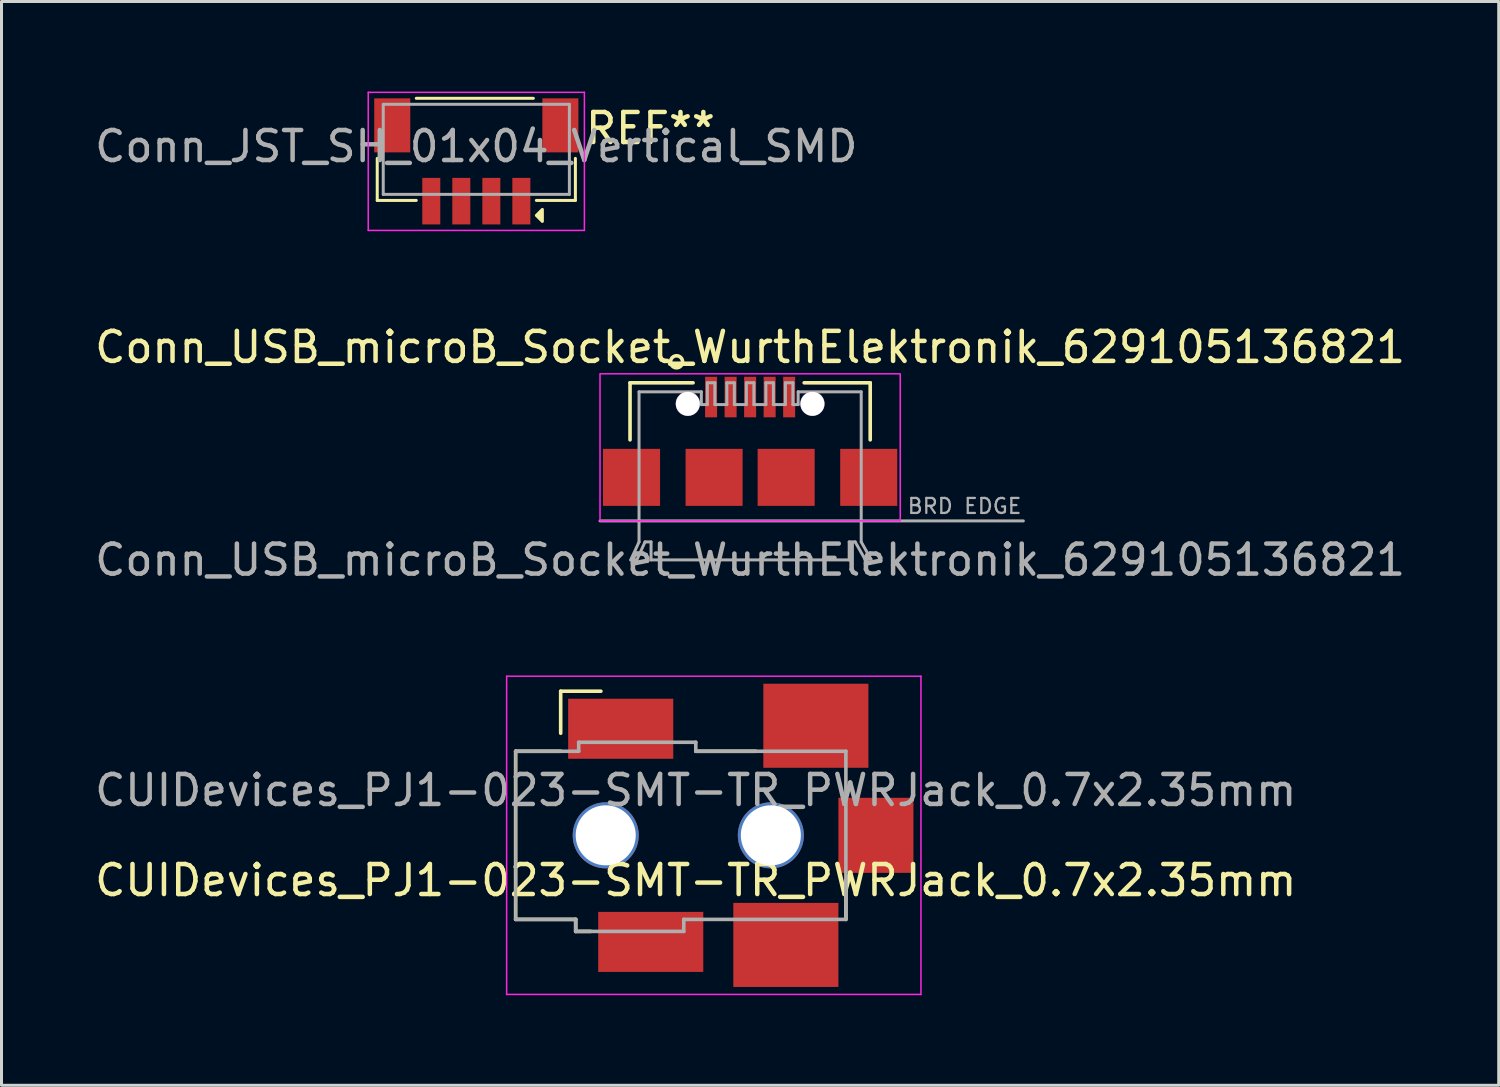
<source format=kicad_pcb>
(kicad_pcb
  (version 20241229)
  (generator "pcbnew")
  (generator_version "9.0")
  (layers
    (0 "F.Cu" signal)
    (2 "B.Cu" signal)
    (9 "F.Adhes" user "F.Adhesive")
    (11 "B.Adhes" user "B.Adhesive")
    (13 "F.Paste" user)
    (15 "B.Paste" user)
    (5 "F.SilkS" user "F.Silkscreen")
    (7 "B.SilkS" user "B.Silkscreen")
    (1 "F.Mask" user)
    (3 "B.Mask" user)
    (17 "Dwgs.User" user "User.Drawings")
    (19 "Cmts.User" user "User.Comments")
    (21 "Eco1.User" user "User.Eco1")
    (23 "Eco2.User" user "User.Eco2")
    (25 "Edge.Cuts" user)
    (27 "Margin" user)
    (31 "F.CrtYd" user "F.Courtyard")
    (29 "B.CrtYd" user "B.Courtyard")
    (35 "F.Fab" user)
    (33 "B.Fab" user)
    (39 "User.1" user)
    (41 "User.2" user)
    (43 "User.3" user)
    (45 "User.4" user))
  (footprint "CUIDevices_PJ1-023-SMT-TR_PWRJack_0.7x2.35mm"
    (layer "F.Cu")
    (at 14.125 24.773)
    (property "Reference" "CUIDevices_PJ1-023-SMT-TR_PWRJack_0.7x2.35mm" (at 6 1.5 180) (layer "F.SilkS") (effects (font (size 1 1) (thickness 0.15))))
    (attr smd)
    (fp_line (start 0 -2.8) (end 1.5 -2.8) (stroke (width 0.12) (type solid)) (layer "F.SilkS"))
    (fp_line (start 0 2.8) (end 0 -2.8) (stroke (width 0.12) (type solid)) (layer "F.SilkS"))
    (fp_line (start 0 2.8) (end 2 2.8) (stroke (width 0.12) (type solid)) (layer "F.SilkS"))
    (fp_line (start 1.5 -4.8) (end 1.5 -3.4) (stroke (width 0.12) (type solid)) (layer "F.SilkS"))
    (fp_line (start 2 3.2) (end 2 2.8) (stroke (width 0.12) (type solid)) (layer "F.SilkS"))
    (fp_line (start 2 3.2) (end 2.5 3.2) (stroke (width 0.12) (type solid)) (layer "F.SilkS"))
    (fp_line (start 2.84 -4.8) (end 1.5 -4.8) (stroke (width 0.12) (type solid)) (layer "F.SilkS"))
    (fp_line (start 6 -2.8) (end 8 -2.8) (stroke (width 0.12) (type solid)) (layer "F.SilkS"))
    (fp_line (start 11 1.5) (end 11 2.8) (stroke (width 0.12) (type solid)) (layer "F.SilkS"))
    (fp_line (start -0.3 -5.3) (end 13.5 -5.3) (stroke (width 0.05) (type solid)) (layer "F.CrtYd"))
    (fp_line (start -0.3 5.3) (end -0.3 -5.3) (stroke (width 0.05) (type solid)) (layer "F.CrtYd"))
    (fp_line (start -0.3 5.3) (end 13.5 5.3) (stroke (width 0.05) (type solid)) (layer "F.CrtYd"))
    (fp_line (start 13.5 5.3) (end 13.5 -5.3) (stroke (width 0.05) (type solid)) (layer "F.CrtYd"))
    (fp_line (start 0 -2.8) (end 2.1 -2.8) (stroke (width 0.12) (type solid)) (layer "F.Fab"))
    (fp_line (start 0 2.8) (end 0 -2.8) (stroke (width 0.1) (type solid)) (layer "F.Fab"))
    (fp_line (start 2 2.8) (end 0 2.8) (stroke (width 0.12) (type solid)) (layer "F.Fab"))
    (fp_line (start 2 3.2) (end 2 2.8) (stroke (width 0.12) (type solid)) (layer "F.Fab"))
    (fp_line (start 2.1 -3.1) (end 6 -3.1) (stroke (width 0.12) (type solid)) (layer "F.Fab"))
    (fp_line (start 2.1 -2.8) (end 2.1 -3.1) (stroke (width 0.12) (type solid)) (layer "F.Fab"))
    (fp_line (start 5.6 2.8) (end 5.6 3.2) (stroke (width 0.12) (type solid)) (layer "F.Fab"))
    (fp_line (start 5.6 3.2) (end 2 3.2) (stroke (width 0.12) (type solid)) (layer "F.Fab"))
    (fp_line (start 6 -3.1) (end 6 -2.8) (stroke (width 0.12) (type solid)) (layer "F.Fab"))
    (fp_line (start 6 -2.8) (end 11 -2.8) (stroke (width 0.12) (type solid)) (layer "F.Fab"))
    (fp_line (start 11 -2.8) (end 11 2.8) (stroke (width 0.12) (type solid)) (layer "F.Fab"))
    (fp_line (start 11 2.8) (end 5.6 2.8) (stroke (width 0.12) (type solid)) (layer "F.Fab"))
    (fp_text user "${REFERENCE}" (at 6 -1.5 180) (layer "F.Fab") (effects (font (size 1 1) (thickness 0.15))))
    (pad "" thru_hole circle (at 3 0 90) (size 2.2 2.2) (drill 2) (layers "*.Cu" "*.Mask"))
    (pad "" thru_hole circle (at 8.5 0 90) (size 2.2 2.2) (drill 2) (layers "*.Cu" "*.Mask"))
    (pad "1" smd rect (at 12 0) (size 2.5 2.5) (layers "F.Cu" "F.Mask" "F.Paste"))
    (pad "2" smd rect (at 4.5 3.55) (size 3.5 2) (layers "F.Cu" "F.Mask" "F.Paste"))
    (pad "2" smd rect (at 9 3.65) (size 3.5 2.8) (layers "F.Cu" "F.Mask" "F.Paste"))
    (pad "3" smd rect (at 3.5 -3.55) (size 3.5 2) (layers "F.Cu" "F.Mask" "F.Paste"))
    (pad "3" smd rect (at 10 -3.65) (size 3.5 2.8) (layers "F.Cu" "F.Mask" "F.Paste")))
  (footprint "Conn_JST_SH_01x04_Vertical_SMD"
    (layer "F.Cu")
    (at 12.815 2.325)
    (property "Reference" "Conn_JST_SH_01x04_Vertical_SMD" (at 0 -0.5 0) (layer "F.Fab") (effects (font (size 1 1) (thickness 0.15))))
    (attr smd)
    (fp_line (start -3.3 1.3) (end -3.3 -0.1) (stroke (width 0.1) (type solid)) (layer "F.SilkS"))
    (fp_line (start -2 -2.1) (end 1.9 -2.1) (stroke (width 0.1) (type default)) (layer "F.SilkS"))
    (fp_line (start -2 1.3) (end -3.3 1.3) (stroke (width 0.1) (type solid)) (layer "F.SilkS"))
    (fp_line (start 2 1.3) (end 3.3 1.3) (stroke (width 0.1) (type solid)) (layer "F.SilkS"))
    (fp_line (start 3.3 1.3) (end 3.3 -0.1) (stroke (width 0.1) (type solid)) (layer "F.SilkS"))
    (fp_poly (pts (xy 2 1.8) (xy 2.2 1.6) (xy 2.2 2)) (stroke (width 0.1) (type solid)) (fill yes) (layer "F.SilkS"))
    (fp_line (start -3.6 -2.3) (end 3.6 -2.3) (stroke (width 0.05) (type solid)) (layer "F.CrtYd"))
    (fp_line (start -3.6 2.3) (end -3.6 -2.3) (stroke (width 0.05) (type solid)) (layer "F.CrtYd"))
    (fp_line (start 3.6 -2.3) (end 3.6 2.3) (stroke (width 0.05) (type solid)) (layer "F.CrtYd"))
    (fp_line (start 3.6 2.3) (end -3.6 2.3) (stroke (width 0.05) (type solid)) (layer "F.CrtYd"))
    (fp_line (start -3.1 -1.9) (end 3.1 -1.9) (stroke (width 0.1) (type solid)) (layer "F.Fab"))
    (fp_line (start -3.1 1.1) (end -3.1 -1.9) (stroke (width 0.1) (type solid)) (layer "F.Fab"))
    (fp_line (start 3.1 -1.9) (end 3.1 1.1) (stroke (width 0.1) (type solid)) (layer "F.Fab"))
    (fp_line (start 3.1 1.1) (end -3.1 1.1) (stroke (width 0.1) (type solid)) (layer "F.Fab"))
    (fp_text user "REF**" (at 5.8 -1.1 0) (unlocked yes) (layer "F.SilkS") (effects (font (size 1 1) (thickness 0.15))))
    (pad "" smd rect (at -2.8 -1.2) (size 1.2 1.8) (layers "F.Cu" "F.Mask" "F.Paste"))
    (pad "" smd rect (at 2.8 -1.2) (size 1.2 1.8) (layers "F.Cu" "F.Mask" "F.Paste"))
    (pad "1" smd rect (at 1.5 1.325) (size 0.6 1.55) (layers "F.Cu" "F.Mask" "F.Paste"))
    (pad "2" smd rect (at 0.5 1.325) (size 0.6 1.55) (layers "F.Cu" "F.Mask" "F.Paste"))
    (pad "3" smd rect (at -0.5 1.325) (size 0.6 1.55) (layers "F.Cu" "F.Mask" "F.Paste"))
    (pad "4" smd rect (at -1.5 1.325) (size 0.6 1.55) (layers "F.Cu" "F.Mask" "F.Paste")))
  (footprint "Conn_USB_microB_Socket_WurthElektronik_629105136821"
    (layer "F.Cu")
    (at 21.935 15.6)
    (property "Reference" "Conn_USB_microB_Socket_WurthElektronik_629105136821" (at 0 -6.5 0) (unlocked yes) (layer "F.SilkS") (effects (font (size 1 1) (thickness 0.15)) (justify bottom)))
    (attr smd)
    (fp_line (start -4 -5.9) (end -1.9 -5.9) (stroke (width 0.12) (type default)) (layer "F.SilkS"))
    (fp_line (start -4 -4) (end -4 -5.9) (stroke (width 0.12) (type default)) (layer "F.SilkS"))
    (fp_line (start 1.8 -5.9) (end 4 -5.9) (stroke (width 0.12) (type default)) (layer "F.SilkS"))
    (fp_line (start 4 -5.9) (end 4 -4) (stroke (width 0.12) (type default)) (layer "F.SilkS"))
    (fp_circle (center -2.45 -6.6) (end -2.65 -6.6) (stroke (width 0.12) (type default)) (fill no) (layer "F.SilkS"))
    (fp_rect (start -5 -1.3) (end 5 -6.2) (stroke (width 0.05) (type default)) (fill no) (layer "F.CrtYd"))
    (fp_line (start -5 -1.3) (end 9.1 -1.3) (stroke (width 0.1) (type default)) (layer "F.Fab"))
    (fp_line (start -3.975 0) (end -3.775 0) (stroke (width 0.1) (type default)) (layer "F.Fab"))
    (fp_line (start -3.775 0) (end -3.5 -0.6) (stroke (width 0.1) (type default)) (layer "F.Fab"))
    (fp_line (start -3.7 -5.6) (end -1.625 -5.6) (stroke (width 0.1) (type default)) (layer "F.Fab"))
    (fp_line (start -3.7 -0.6) (end -3.975 0) (stroke (width 0.1) (type default)) (layer "F.Fab"))
    (fp_line (start -3.7 -0.6) (end -3.7 -5.6) (stroke (width 0.1) (type default)) (layer "F.Fab"))
    (fp_line (start -3.5 -0.6) (end -3.3 -0.6) (stroke (width 0.1) (type default)) (layer "F.Fab"))
    (fp_line (start -3.3 -0.6) (end -3.3 0) (stroke (width 0.1) (type default)) (layer "F.Fab"))
    (fp_line (start -3.3 0) (end 3.3 0) (stroke (width 0.1) (type default)) (layer "F.Fab"))
    (fp_line (start -1.625 -5.6) (end -1.625 -5.175) (stroke (width 0.1) (type default)) (layer "F.Fab"))
    (fp_line (start -1.625 -5.175) (end -1.425 -5.175) (stroke (width 0.1) (type default)) (layer "F.Fab"))
    (fp_line (start -1.425 -5.9) (end -1.175 -5.9) (stroke (width 0.1) (type default)) (layer "F.Fab"))
    (fp_line (start -1.425 -5.175) (end -1.425 -5.9) (stroke (width 0.1) (type default)) (layer "F.Fab"))
    (fp_line (start -1.175 -5.9) (end -1.175 -5.175) (stroke (width 0.1) (type default)) (layer "F.Fab"))
    (fp_line (start -1.175 -5.175) (end -0.775 -5.175) (stroke (width 0.1) (type default)) (layer "F.Fab"))
    (fp_line (start -0.775 -5.9) (end -0.525 -5.9) (stroke (width 0.1) (type default)) (layer "F.Fab"))
    (fp_line (start -0.775 -5.175) (end -0.775 -5.9) (stroke (width 0.1) (type default)) (layer "F.Fab"))
    (fp_line (start -0.525 -5.9) (end -0.525 -5.175) (stroke (width 0.1) (type default)) (layer "F.Fab"))
    (fp_line (start -0.525 -5.175) (end -0.125 -5.175) (stroke (width 0.1) (type default)) (layer "F.Fab"))
    (fp_line (start -0.125 -5.9) (end 0.125 -5.9) (stroke (width 0.1) (type default)) (layer "F.Fab"))
    (fp_line (start -0.125 -5.175) (end -0.125 -5.9) (stroke (width 0.1) (type default)) (layer "F.Fab"))
    (fp_line (start 0.125 -5.9) (end 0.125 -5.175) (stroke (width 0.1) (type default)) (layer "F.Fab"))
    (fp_line (start 0.125 -5.175) (end 0.525 -5.175) (stroke (width 0.1) (type default)) (layer "F.Fab"))
    (fp_line (start 0.525 -5.9) (end 0.775 -5.9) (stroke (width 0.1) (type default)) (layer "F.Fab"))
    (fp_line (start 0.525 -5.175) (end 0.525 -5.9) (stroke (width 0.1) (type default)) (layer "F.Fab"))
    (fp_line (start 0.775 -5.9) (end 0.775 -5.175) (stroke (width 0.1) (type default)) (layer "F.Fab"))
    (fp_line (start 0.775 -5.175) (end 1.175 -5.175) (stroke (width 0.1) (type default)) (layer "F.Fab"))
    (fp_line (start 1.175 -5.9) (end 1.425 -5.9) (stroke (width 0.1) (type default)) (layer "F.Fab"))
    (fp_line (start 1.175 -5.175) (end 1.175 -5.9) (stroke (width 0.1) (type default)) (layer "F.Fab"))
    (fp_line (start 1.425 -5.9) (end 1.425 -5.175) (stroke (width 0.1) (type default)) (layer "F.Fab"))
    (fp_line (start 1.425 -5.175) (end 1.6 -5.175) (stroke (width 0.1) (type default)) (layer "F.Fab"))
    (fp_line (start 1.6 -5.6) (end 3.7 -5.6) (stroke (width 0.1) (type default)) (layer "F.Fab"))
    (fp_line (start 1.6 -5.175) (end 1.6 -5.6) (stroke (width 0.1) (type default)) (layer "F.Fab"))
    (fp_line (start 3.3 -0.6) (end 3.3 0) (stroke (width 0.1) (type default)) (layer "F.Fab"))
    (fp_line (start 3.5 -0.6) (end 3.3 -0.6) (stroke (width 0.1) (type default)) (layer "F.Fab"))
    (fp_line (start 3.7 -5.6) (end 3.7 -0.6) (stroke (width 0.1) (type default)) (layer "F.Fab"))
    (fp_line (start 3.7 -0.6) (end 4.025 -0.025) (stroke (width 0.1) (type default)) (layer "F.Fab"))
    (fp_line (start 3.825 -0.025) (end 3.5 -0.6) (stroke (width 0.1) (type default)) (layer "F.Fab"))
    (fp_line (start 4.025 -0.025) (end 3.825 -0.025) (stroke (width 0.1) (type default)) (layer "F.Fab"))
    (fp_text user "${REFERENCE}" (at 0 0 0) (unlocked yes) (layer "F.Fab") (effects (font (size 1 1) (thickness 0.15))))
    (fp_text user "BRD EDGE" (at 5.2 -1.5 0) (unlocked yes) (layer "F.Fab") (effects (font (size 0.5 0.5) (thickness 0.075)) (justify left bottom)))
    (pad "" smd rect (at -4.9 -2.75) (size 1.9 1.9) (drill (offset 0.95 0)) (layers "F.Cu" "F.Mask" "F.Paste"))
    (pad "" smd rect (at -2.15 -2.75) (size 1.9 1.9) (drill (offset 0.95 0)) (layers "F.Cu" "F.Mask" "F.Paste"))
    (pad "" thru_hole circle (at -2.075 -5.2) (size 0.81 0.81) (drill 0.8) (layers "*.Cu" "*.Mask"))
    (pad "" thru_hole circle (at 2.075 -5.2) (size 0.81 0.81) (drill 0.8) (layers "*.Cu" "*.Mask"))
    (pad "" smd rect (at 2.15 -2.75) (size 1.9 1.9) (drill (offset -0.95 0)) (layers "F.Cu" "F.Mask" "F.Paste"))
    (pad "" smd rect (at 4.9 -2.75) (size 1.9 1.9) (drill (offset -0.95 0)) (layers "F.Cu" "F.Mask" "F.Paste"))
    (pad "1" smd rect (at -1.3 -6.1) (size 0.4 1.35) (drill (offset 0 0.675)) (layers "F.Cu" "F.Mask" "F.Paste"))
    (pad "2" smd rect (at -0.65 -6.1) (size 0.4 1.35) (drill (offset 0 0.675)) (layers "F.Cu" "F.Mask" "F.Paste"))
    (pad "3" smd rect (at 0 -6.1) (size 0.4 1.35) (drill (offset 0 0.675)) (layers "F.Cu" "F.Mask" "F.Paste"))
    (pad "4" smd rect (at 0.65 -6.1) (size 0.4 1.35) (drill (offset 0 0.675)) (layers "F.Cu" "F.Mask" "F.Paste"))
    (pad "5" smd rect (at 1.3 -6.1) (size 0.4 1.35) (drill (offset 0 0.675)) (layers "F.Cu" "F.Mask" "F.Paste")))
  (gr_rect
    (start -3 -3)
    (end 46.869 33.098)
    (stroke (width 0.1) (type default))
    (fill no)
    (layer "Edge.Cuts")))
</source>
